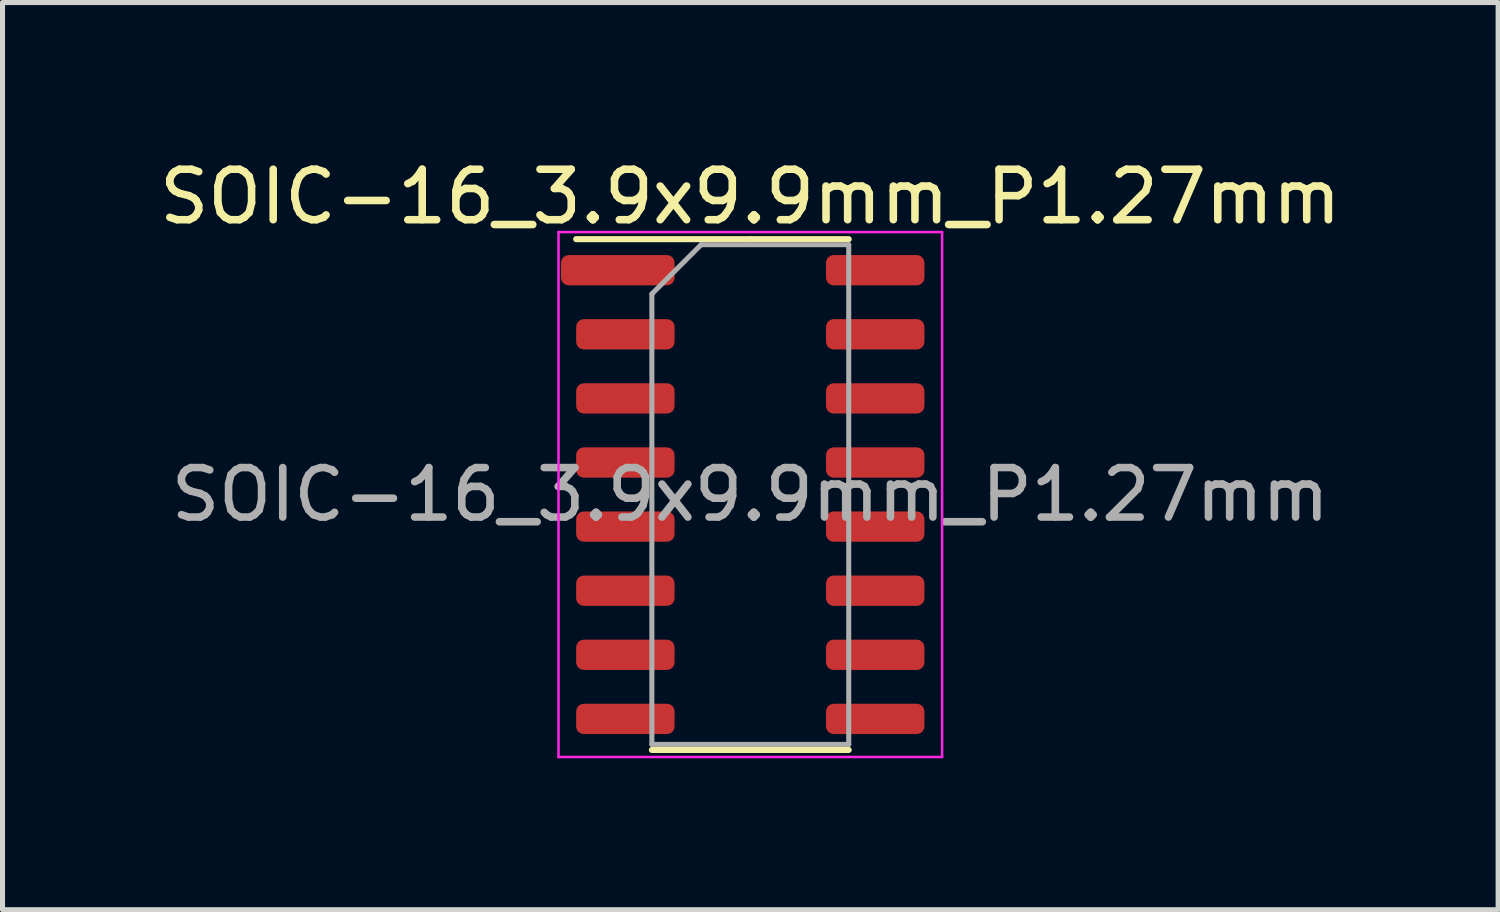
<source format=kicad_pcb>
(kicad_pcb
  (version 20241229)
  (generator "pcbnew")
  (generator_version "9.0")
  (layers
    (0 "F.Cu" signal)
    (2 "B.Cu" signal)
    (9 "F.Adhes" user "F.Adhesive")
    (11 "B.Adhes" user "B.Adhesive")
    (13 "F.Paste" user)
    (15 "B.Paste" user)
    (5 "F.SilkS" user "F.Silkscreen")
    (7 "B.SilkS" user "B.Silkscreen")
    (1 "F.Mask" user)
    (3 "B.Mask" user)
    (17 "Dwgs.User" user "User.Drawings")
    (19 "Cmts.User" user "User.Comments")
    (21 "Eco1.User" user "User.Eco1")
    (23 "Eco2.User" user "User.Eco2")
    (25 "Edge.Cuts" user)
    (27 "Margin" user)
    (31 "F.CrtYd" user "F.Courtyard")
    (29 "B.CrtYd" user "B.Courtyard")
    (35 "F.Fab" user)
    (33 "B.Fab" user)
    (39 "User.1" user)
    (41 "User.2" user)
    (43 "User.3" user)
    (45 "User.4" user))
  (footprint "SOIC-16_3.9x9.9mm_P1.27mm"
    (layer "F.Cu")
    (at 11.815 6.748)
    (property "Reference" "SOIC-16_3.9x9.9mm_P1.27mm" (at 0 -5.9 0) (layer "F.SilkS") (effects (font (size 1 1) (thickness 0.15))))
    (attr smd)
    (fp_line (start 0 -5.06) (end -3.45 -5.06) (stroke (width 0.12) (type solid)) (layer "F.SilkS"))
    (fp_line (start 0 -5.06) (end 1.95 -5.06) (stroke (width 0.12) (type solid)) (layer "F.SilkS"))
    (fp_line (start 0 5.06) (end -1.95 5.06) (stroke (width 0.12) (type solid)) (layer "F.SilkS"))
    (fp_line (start 0 5.06) (end 1.95 5.06) (stroke (width 0.12) (type solid)) (layer "F.SilkS"))
    (fp_line (start -3.8 -5.2) (end -3.8 5.2) (stroke (width 0.05) (type solid)) (layer "F.CrtYd"))
    (fp_line (start -3.8 5.2) (end 3.8 5.2) (stroke (width 0.05) (type solid)) (layer "F.CrtYd"))
    (fp_line (start 3.8 -5.2) (end -3.8 -5.2) (stroke (width 0.05) (type solid)) (layer "F.CrtYd"))
    (fp_line (start 3.8 5.2) (end 3.8 -5.2) (stroke (width 0.05) (type solid)) (layer "F.CrtYd"))
    (fp_line (start -1.95 -3.975) (end -0.975 -4.95) (stroke (width 0.1) (type solid)) (layer "F.Fab"))
    (fp_line (start -1.95 4.95) (end -1.95 -3.975) (stroke (width 0.1) (type solid)) (layer "F.Fab"))
    (fp_line (start -0.975 -4.95) (end 1.95 -4.95) (stroke (width 0.1) (type solid)) (layer "F.Fab"))
    (fp_line (start 1.95 -4.95) (end 1.95 4.95) (stroke (width 0.1) (type solid)) (layer "F.Fab"))
    (fp_line (start 1.95 4.95) (end -1.95 4.95) (stroke (width 0.1) (type solid)) (layer "F.Fab"))
    (fp_text user "${REFERENCE}" (at 0 0 0) (layer "F.Fab") (effects (font (size 0.98 0.98) (thickness 0.15))))
    (pad "1" smd roundrect (at -2.625 -4.445) (size 2.25 0.6) (layers "F.Cu" "F.Mask" "F.Paste") (roundrect_rratio 0.25))
    (pad "2" smd roundrect (at -2.475 -3.175) (size 1.95 0.6) (layers "F.Cu" "F.Mask" "F.Paste") (roundrect_rratio 0.25))
    (pad "3" smd roundrect (at -2.475 -1.905) (size 1.95 0.6) (layers "F.Cu" "F.Mask" "F.Paste") (roundrect_rratio 0.25))
    (pad "4" smd roundrect (at -2.475 -0.635) (size 1.95 0.6) (layers "F.Cu" "F.Mask" "F.Paste") (roundrect_rratio 0.25))
    (pad "5" smd roundrect (at -2.475 0.635) (size 1.95 0.6) (layers "F.Cu" "F.Mask" "F.Paste") (roundrect_rratio 0.25))
    (pad "6" smd roundrect (at -2.475 1.905) (size 1.95 0.6) (layers "F.Cu" "F.Mask" "F.Paste") (roundrect_rratio 0.25))
    (pad "7" smd roundrect (at -2.475 3.175) (size 1.95 0.6) (layers "F.Cu" "F.Mask" "F.Paste") (roundrect_rratio 0.25))
    (pad "8" smd roundrect (at -2.475 4.445) (size 1.95 0.6) (layers "F.Cu" "F.Mask" "F.Paste") (roundrect_rratio 0.25))
    (pad "9" smd roundrect (at 2.475 4.445) (size 1.95 0.6) (layers "F.Cu" "F.Mask" "F.Paste") (roundrect_rratio 0.25))
    (pad "10" smd roundrect (at 2.475 3.175) (size 1.95 0.6) (layers "F.Cu" "F.Mask" "F.Paste") (roundrect_rratio 0.25))
    (pad "11" smd roundrect (at 2.475 1.905) (size 1.95 0.6) (layers "F.Cu" "F.Mask" "F.Paste") (roundrect_rratio 0.25))
    (pad "12" smd roundrect (at 2.475 0.635) (size 1.95 0.6) (layers "F.Cu" "F.Mask" "F.Paste") (roundrect_rratio 0.25))
    (pad "13" smd roundrect (at 2.475 -0.635) (size 1.95 0.6) (layers "F.Cu" "F.Mask" "F.Paste") (roundrect_rratio 0.25))
    (pad "14" smd roundrect (at 2.475 -1.905) (size 1.95 0.6) (layers "F.Cu" "F.Mask" "F.Paste") (roundrect_rratio 0.25))
    (pad "15" smd roundrect (at 2.475 -3.175) (size 1.95 0.6) (layers "F.Cu" "F.Mask" "F.Paste") (roundrect_rratio 0.25))
    (pad "16" smd roundrect (at 2.475 -4.445) (size 1.95 0.6) (layers "F.Cu" "F.Mask" "F.Paste") (roundrect_rratio 0.25)))
  (gr_rect
    (start -3 -3)
    (end 26.631 14.973)
    (stroke (width 0.1) (type default))
    (fill no)
    (layer "Edge.Cuts")))
</source>
